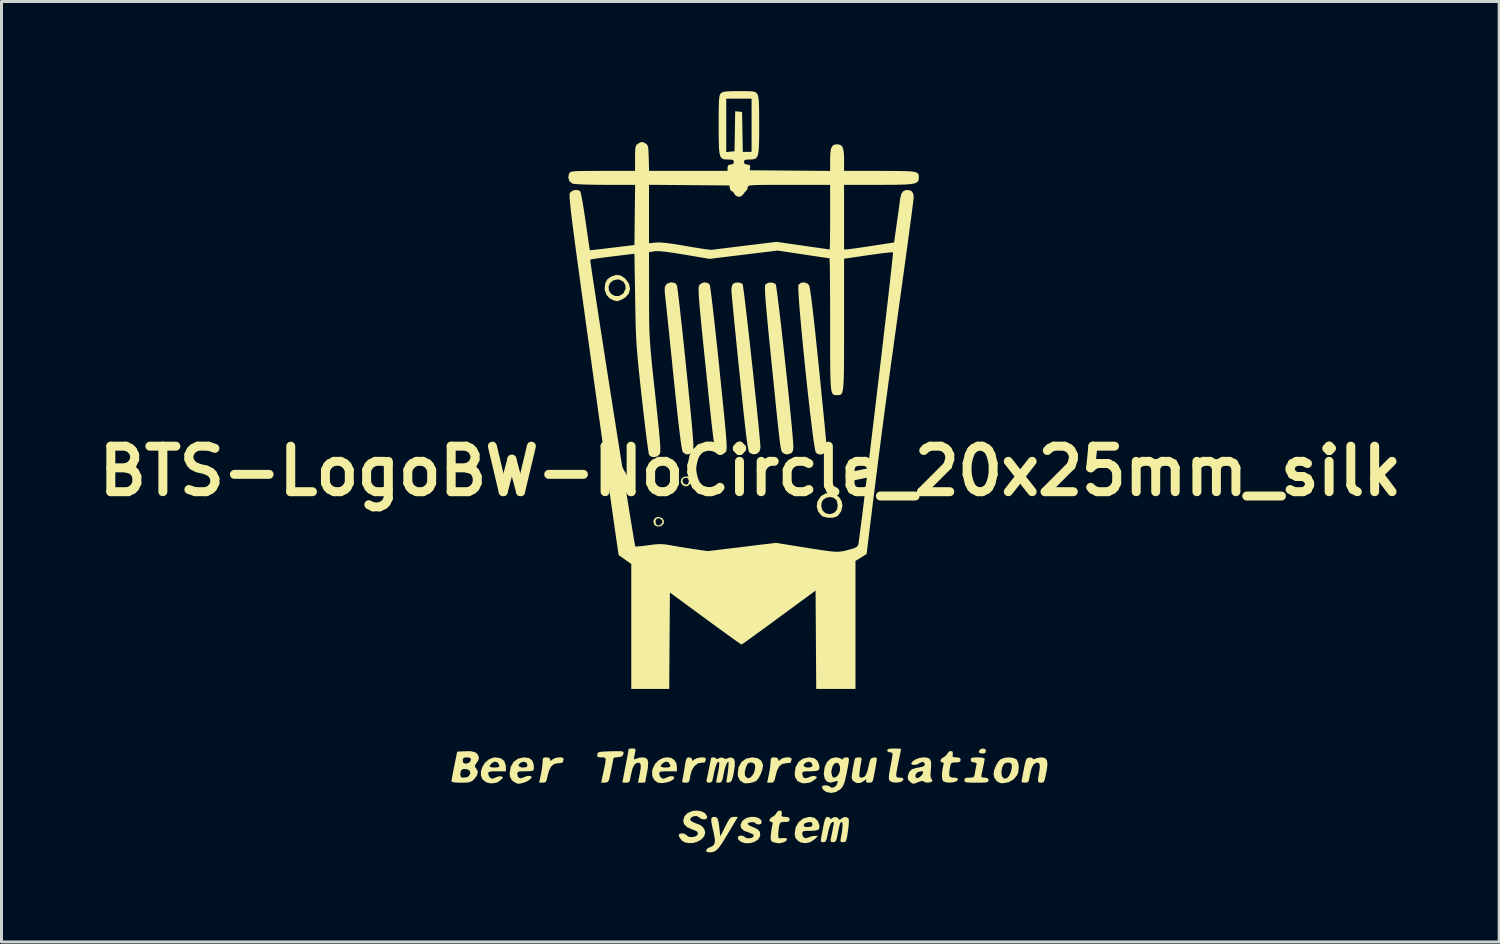
<source format=kicad_pcb>
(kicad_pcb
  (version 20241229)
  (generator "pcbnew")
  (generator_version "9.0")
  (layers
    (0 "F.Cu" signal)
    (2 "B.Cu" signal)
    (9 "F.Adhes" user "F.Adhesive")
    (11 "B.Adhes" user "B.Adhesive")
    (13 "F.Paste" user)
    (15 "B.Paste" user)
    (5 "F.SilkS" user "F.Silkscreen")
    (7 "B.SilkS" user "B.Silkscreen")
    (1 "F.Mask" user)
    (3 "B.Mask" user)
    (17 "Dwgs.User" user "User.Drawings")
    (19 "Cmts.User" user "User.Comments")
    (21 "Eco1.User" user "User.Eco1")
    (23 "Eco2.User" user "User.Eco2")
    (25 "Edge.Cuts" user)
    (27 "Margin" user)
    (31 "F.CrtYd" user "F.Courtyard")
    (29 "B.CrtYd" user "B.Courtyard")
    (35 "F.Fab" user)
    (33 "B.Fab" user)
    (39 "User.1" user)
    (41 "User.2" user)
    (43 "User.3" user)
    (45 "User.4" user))
  (footprint "BTS-LogoBW-NoCircle_20x25mm_silk"
    (layer "F.Cu")
    (at 22.069 12.721)
    (property "Reference" "BTS-LogoBW-NoCircle_20x25mm_silk" (at 0 0 0) (layer "F.SilkS") (effects (font (size 1.524 1.524) (thickness 0.3))))
    (attr board_only exclude_from_pos_files exclude_from_bom)
    (fp_poly (pts (xy 7.866 9.308) (xy 7.887 9.371) (xy 7.86 9.439) (xy 7.788 9.456) (xy 7.701 9.446) (xy 7.664 9.431) (xy 7.65 9.372) (xy 7.695 9.315) (xy 7.777 9.287) (xy 7.786 9.286)) (stroke (width 0) (type solid)) (fill yes) (layer "F.SilkS"))
    (fp_poly (pts (xy -2.112 0.177) (xy -2.034 0.214) (xy -2.001 0.31) (xy -2 0.313) (xy -2.019 0.427) (xy -2.09 0.497) (xy -2.187 0.51) (xy -2.281 0.458) (xy -2.331 0.363) (xy -2.32 0.309) (xy -2.272 0.309) (xy -2.252 0.396) (xy -2.241 0.41) (xy -2.163 0.459) (xy -2.092 0.436) (xy -2.057 0.352) (xy -2.057 0.339) (xy -2.081 0.25) (xy -2.147 0.22) (xy -2.231 0.241) (xy -2.272 0.309) (xy -2.32 0.309) (xy -2.313 0.268) (xy -2.241 0.198) (xy -2.129 0.175)) (stroke (width 0) (type solid)) (fill yes) (layer "F.SilkS"))
    (fp_poly (pts (xy -3.065 1.535) (xy -2.952 1.577) (xy -2.893 1.657) (xy -2.9 1.754) (xy -2.909 1.77) (xy -2.992 1.84) (xy -3.097 1.858) (xy -3.191 1.821) (xy -3.221 1.784) (xy -3.245 1.671) (xy -3.237 1.654) (xy -3.174 1.654) (xy -3.166 1.756) (xy -3.165 1.76) (xy -3.111 1.816) (xy -3.081 1.823) (xy -3.005 1.793) (xy -2.968 1.76) (xy -2.937 1.692) (xy -2.968 1.633) (xy -3.052 1.577) (xy -3.128 1.589) (xy -3.174 1.654) (xy -3.237 1.654) (xy -3.203 1.58) (xy -3.111 1.535)) (stroke (width 0) (type solid)) (fill yes) (layer "F.SilkS"))
    (fp_poly (pts (xy -6.265 9.605) (xy -6.25 9.65) (xy -6.273 9.726) (xy -6.276 9.748) (xy -6.313 9.768) (xy -6.406 9.778) (xy -6.43 9.778) (xy -6.566 9.804) (xy -6.668 9.887) (xy -6.742 10.036) (xy -6.785 10.199) (xy -6.816 10.332) (xy -6.848 10.402) (xy -6.896 10.428) (xy -6.952 10.431) (xy -7.071 10.431) (xy -7.014 10.166) (xy -6.983 9.996) (xy -6.962 9.833) (xy -6.956 9.742) (xy -6.949 9.638) (xy -6.917 9.593) (xy -6.84 9.583) (xy -6.827 9.583) (xy -6.73 9.6) (xy -6.7 9.653) (xy -6.7 9.653) (xy -6.694 9.7) (xy -6.661 9.687) (xy -6.622 9.653) (xy -6.54 9.608) (xy -6.435 9.584) (xy -6.335 9.583)) (stroke (width 0) (type solid)) (fill yes) (layer "F.SilkS"))
    (fp_poly (pts (xy 1.368 9.605) (xy 1.383 9.65) (xy 1.36 9.726) (xy 1.357 9.748) (xy 1.32 9.768) (xy 1.227 9.778) (xy 1.203 9.778) (xy 1.066 9.804) (xy 0.965 9.887) (xy 0.891 10.036) (xy 0.848 10.199) (xy 0.817 10.332) (xy 0.784 10.402) (xy 0.736 10.428) (xy 0.681 10.431) (xy 0.562 10.431) (xy 0.619 10.166) (xy 0.65 9.996) (xy 0.671 9.833) (xy 0.677 9.742) (xy 0.684 9.638) (xy 0.716 9.593) (xy 0.793 9.583) (xy 0.806 9.583) (xy 0.903 9.6) (xy 0.933 9.653) (xy 0.933 9.653) (xy 0.939 9.7) (xy 0.972 9.687) (xy 1.01 9.653) (xy 1.093 9.608) (xy 1.197 9.584) (xy 1.298 9.583)) (stroke (width 0) (type solid)) (fill yes) (layer "F.SilkS"))
    (fp_poly (pts (xy -1.533 9.589) (xy -1.492 9.618) (xy -1.492 9.679) (xy -1.519 9.747) (xy -1.59 9.763) (xy -1.622 9.76) (xy -1.757 9.784) (xy -1.875 9.879) (xy -1.965 10.03) (xy -2.013 10.211) (xy -2.034 10.34) (xy -2.061 10.405) (xy -2.11 10.428) (xy -2.172 10.431) (xy -2.259 10.423) (xy -2.283 10.386) (xy -2.274 10.336) (xy -2.256 10.249) (xy -2.23 10.106) (xy -2.202 9.937) (xy -2.199 9.912) (xy -2.171 9.747) (xy -2.146 9.648) (xy -2.116 9.6) (xy -2.073 9.584) (xy -2.049 9.583) (xy -1.968 9.608) (xy -1.951 9.653) (xy -1.945 9.7) (xy -1.912 9.687) (xy -1.873 9.653) (xy -1.778 9.606) (xy -1.65 9.584) (xy -1.637 9.583)) (stroke (width 0) (type solid)) (fill yes) (layer "F.SilkS"))
    (fp_poly (pts (xy -4.343 -6.55) (xy -4.196 -6.451) (xy -4.173 -6.428) (xy -4.06 -6.268) (xy -4.027 -6.101) (xy -4.07 -5.943) (xy -4.186 -5.811) (xy -4.308 -5.741) (xy -4.404 -5.704) (xy -4.458 -5.688) (xy -4.462 -5.688) (xy -4.508 -5.7) (xy -4.566 -5.712) (xy -4.707 -5.779) (xy -4.816 -5.904) (xy -4.873 -6.062) (xy -4.876 -6.115) (xy -4.869 -6.175) (xy -4.746 -6.175) (xy -4.733 -6.044) (xy -4.664 -5.937) (xy -4.537 -5.862) (xy -4.398 -5.861) (xy -4.271 -5.933) (xy -4.241 -5.967) (xy -4.177 -6.102) (xy -4.185 -6.235) (xy -4.254 -6.344) (xy -4.375 -6.408) (xy -4.45 -6.417) (xy -4.594 -6.383) (xy -4.696 -6.295) (xy -4.746 -6.175) (xy -4.869 -6.175) (xy -4.855 -6.296) (xy -4.785 -6.422) (xy -4.665 -6.509) (xy -4.494 -6.568)) (stroke (width 0) (type solid)) (fill yes) (layer "F.SilkS"))
    (fp_poly (pts (xy 4.941 9.289) (xy 5.025 9.296) (xy 5.046 9.303) (xy 5.038 9.349) (xy 5.017 9.459) (xy 4.985 9.615) (xy 4.961 9.732) (xy 4.917 9.949) (xy 4.891 10.098) (xy 4.884 10.189) (xy 4.897 10.238) (xy 4.932 10.258) (xy 4.989 10.262) (xy 5.007 10.262) (xy 5.098 10.273) (xy 5.125 10.314) (xy 5.123 10.336) (xy 5.075 10.388) (xy 4.975 10.42) (xy 4.852 10.428) (xy 4.738 10.411) (xy 4.665 10.369) (xy 4.642 10.324) (xy 4.636 10.253) (xy 4.648 10.139) (xy 4.678 9.966) (xy 4.695 9.88) (xy 4.728 9.701) (xy 4.75 9.555) (xy 4.76 9.461) (xy 4.757 9.436) (xy 4.701 9.417) (xy 4.657 9.414) (xy 4.593 9.385) (xy 4.58 9.35) (xy 4.601 9.312) (xy 4.674 9.292) (xy 4.813 9.286)) (stroke (width 0) (type solid)) (fill yes) (layer "F.SilkS"))
    (fp_poly (pts (xy 2.844 0.775) (xy 2.968 0.869) (xy 3.053 0.999) (xy 3.085 1.154) (xy 3.048 1.323) (xy 3.035 1.351) (xy 2.965 1.454) (xy 2.889 1.524) (xy 2.886 1.525) (xy 2.752 1.562) (xy 2.592 1.562) (xy 2.446 1.527) (xy 2.387 1.494) (xy 2.27 1.354) (xy 2.223 1.188) (xy 2.225 1.174) (xy 2.375 1.174) (xy 2.412 1.31) (xy 2.511 1.406) (xy 2.65 1.442) (xy 2.752 1.418) (xy 2.832 1.376) (xy 2.904 1.278) (xy 2.927 1.141) (xy 2.895 0.998) (xy 2.885 0.977) (xy 2.8 0.899) (xy 2.676 0.867) (xy 2.548 0.889) (xy 2.533 0.896) (xy 2.431 0.967) (xy 2.385 1.06) (xy 2.375 1.174) (xy 2.225 1.174) (xy 2.247 1.017) (xy 2.343 0.864) (xy 2.381 0.828) (xy 2.536 0.743) (xy 2.695 0.729)) (stroke (width 0) (type solid)) (fill yes) (layer "F.SilkS"))
    (fp_poly (pts (xy 8.804 9.601) (xy 8.91 9.652) (xy 8.919 9.661) (xy 8.97 9.768) (xy 8.987 9.918) (xy 8.971 10.075) (xy 8.936 10.173) (xy 8.817 10.319) (xy 8.647 10.415) (xy 8.454 10.451) (xy 8.365 10.443) (xy 8.254 10.385) (xy 8.172 10.273) (xy 8.142 10.147) (xy 8.159 10.046) (xy 8.408 10.046) (xy 8.411 10.17) (xy 8.438 10.24) (xy 8.5 10.296) (xy 8.564 10.288) (xy 8.623 10.25) (xy 8.682 10.17) (xy 8.73 10.045) (xy 8.756 9.912) (xy 8.749 9.812) (xy 8.749 9.811) (xy 8.692 9.764) (xy 8.599 9.757) (xy 8.51 9.789) (xy 8.484 9.813) (xy 8.434 9.914) (xy 8.408 10.046) (xy 8.159 10.046) (xy 8.166 10.004) (xy 8.228 9.848) (xy 8.31 9.714) (xy 8.377 9.649) (xy 8.504 9.599) (xy 8.658 9.583)) (stroke (width 0) (type solid)) (fill yes) (layer "F.SilkS"))
    (fp_poly (pts (xy -4.35 9.376) (xy -4.279 9.385) (xy -4.249 9.406) (xy -4.245 9.44) (xy -4.248 9.465) (xy -4.275 9.533) (xy -4.345 9.566) (xy -4.421 9.575) (xy -4.523 9.587) (xy -4.577 9.601) (xy -4.58 9.604) (xy -4.588 9.651) (xy -4.608 9.757) (xy -4.637 9.899) (xy -4.669 10.054) (xy -4.699 10.199) (xy -4.723 10.31) (xy -4.729 10.336) (xy -4.771 10.409) (xy -4.865 10.431) (xy -4.872 10.431) (xy -4.993 10.431) (xy -4.915 10.06) (xy -4.872 9.855) (xy -4.849 9.72) (xy -4.845 9.639) (xy -4.865 9.598) (xy -4.909 9.585) (xy -4.98 9.583) (xy -4.985 9.583) (xy -5.086 9.576) (xy -5.124 9.546) (xy -5.123 9.488) (xy -5.112 9.445) (xy -5.084 9.417) (xy -5.023 9.399) (xy -4.913 9.389) (xy -4.738 9.382) (xy -4.672 9.38) (xy -4.476 9.376)) (stroke (width 0) (type solid)) (fill yes) (layer "F.SilkS"))
    (fp_poly (pts (xy -0.499 11.714) (xy -0.557 11.81) (xy -0.643 11.956) (xy -0.745 12.127) (xy -0.804 12.225) (xy -0.937 12.441) (xy -1.042 12.592) (xy -1.132 12.688) (xy -1.216 12.741) (xy -1.306 12.762) (xy -1.347 12.764) (xy -1.445 12.754) (xy -1.478 12.719) (xy -1.476 12.691) (xy -1.428 12.627) (xy -1.361 12.595) (xy -1.257 12.552) (xy -1.199 12.475) (xy -1.185 12.353) (xy -1.213 12.171) (xy -1.232 12.085) (xy -1.282 11.872) (xy -1.308 11.727) (xy -1.307 11.637) (xy -1.281 11.592) (xy -1.229 11.577) (xy -1.213 11.576) (xy -1.148 11.584) (xy -1.105 11.619) (xy -1.075 11.696) (xy -1.051 11.831) (xy -1.035 11.963) (xy -1.005 12.227) (xy -0.841 11.902) (xy -0.759 11.743) (xy -0.699 11.647) (xy -0.647 11.597) (xy -0.591 11.578) (xy -0.547 11.576) (xy -0.417 11.576)) (stroke (width 0) (type solid)) (fill yes) (layer "F.SilkS"))
    (fp_poly (pts (xy 0.247 9.613) (xy 0.366 9.697) (xy 0.421 9.827) (xy 0.423 9.87) (xy 0.401 9.999) (xy 0.348 10.146) (xy 0.276 10.279) (xy 0.202 10.368) (xy 0.184 10.381) (xy 0.06 10.426) (xy -0.079 10.451) (xy -0.193 10.45) (xy -0.212 10.444) (xy -0.347 10.357) (xy -0.415 10.221) (xy -0.424 10.126) (xy -0.414 10.057) (xy -0.185 10.057) (xy -0.182 10.18) (xy -0.144 10.239) (xy -0.081 10.284) (xy -0.017 10.269) (xy 0.016 10.248) (xy 0.087 10.167) (xy 0.141 10.05) (xy 0.144 10.039) (xy 0.165 9.883) (xy 0.129 9.789) (xy 0.037 9.753) (xy 0.021 9.753) (xy -0.052 9.767) (xy -0.105 9.819) (xy -0.149 9.926) (xy -0.185 10.057) (xy -0.414 10.057) (xy -0.391 9.907) (xy -0.296 9.738) (xy -0.146 9.628) (xy 0.05 9.584) (xy 0.073 9.583)) (stroke (width 0) (type solid)) (fill yes) (layer "F.SilkS"))
    (fp_poly (pts (xy 7.763 9.592) (xy 7.836 9.618) (xy 7.844 9.636) (xy 7.833 9.715) (xy 7.803 9.868) (xy 7.753 10.098) (xy 7.738 10.166) (xy 7.734 10.234) (xy 7.78 10.259) (xy 7.844 10.262) (xy 7.937 10.275) (xy 7.971 10.324) (xy 7.972 10.347) (xy 7.966 10.386) (xy 7.937 10.411) (xy 7.87 10.425) (xy 7.749 10.43) (xy 7.569 10.431) (xy 7.382 10.43) (xy 7.264 10.424) (xy 7.199 10.41) (xy 7.172 10.384) (xy 7.166 10.347) (xy 7.181 10.29) (xy 7.24 10.266) (xy 7.331 10.262) (xy 7.432 10.258) (xy 7.484 10.231) (xy 7.51 10.158) (xy 7.525 10.066) (xy 7.548 9.935) (xy 7.57 9.835) (xy 7.577 9.811) (xy 7.565 9.766) (xy 7.489 9.753) (xy 7.403 9.735) (xy 7.378 9.671) (xy 7.378 9.668) (xy 7.388 9.619) (xy 7.432 9.594) (xy 7.53 9.584) (xy 7.612 9.583)) (stroke (width 0) (type solid)) (fill yes) (layer "F.SilkS"))
    (fp_poly (pts (xy 9.864 9.606) (xy 9.929 9.681) (xy 9.947 9.814) (xy 9.923 9.999) (xy 9.886 10.192) (xy 9.858 10.317) (xy 9.834 10.389) (xy 9.806 10.422) (xy 9.769 10.431) (xy 9.731 10.431) (xy 9.671 10.426) (xy 9.639 10.4) (xy 9.631 10.337) (xy 9.645 10.221) (xy 9.671 10.073) (xy 9.693 9.901) (xy 9.68 9.799) (xy 9.627 9.761) (xy 9.548 9.772) (xy 9.47 9.836) (xy 9.406 9.976) (xy 9.355 10.197) (xy 9.346 10.251) (xy 9.323 10.365) (xy 9.287 10.417) (xy 9.219 10.431) (xy 9.196 10.431) (xy 9.11 10.422) (xy 9.077 10.4) (xy 9.086 10.346) (xy 9.107 10.23) (xy 9.137 10.072) (xy 9.154 9.986) (xy 9.191 9.806) (xy 9.221 9.693) (xy 9.251 9.63) (xy 9.291 9.601) (xy 9.342 9.591) (xy 9.425 9.596) (xy 9.456 9.624) (xy 9.48 9.65) (xy 9.538 9.627) (xy 9.641 9.595) (xy 9.749 9.583)) (stroke (width 0) (type solid)) (fill yes) (layer "F.SilkS"))
    (fp_poly (pts (xy 0.157 11.578) (xy 0.28 11.614) (xy 0.361 11.68) (xy 0.382 11.747) (xy 0.356 11.813) (xy 0.276 11.831) (xy 0.196 11.815) (xy 0.17 11.786) (xy 0.133 11.758) (xy 0.041 11.753) (xy 0.032 11.754) (xy -0.07 11.777) (xy -0.091 11.815) (xy -0.032 11.865) (xy 0.087 11.916) (xy 0.241 11.988) (xy 0.32 12.077) (xy 0.331 12.192) (xy 0.323 12.23) (xy 0.256 12.337) (xy 0.133 12.415) (xy -0.021 12.457) (xy -0.18 12.457) (xy -0.319 12.408) (xy -0.33 12.401) (xy -0.4 12.333) (xy -0.424 12.279) (xy -0.39 12.222) (xy -0.314 12.199) (xy -0.234 12.216) (xy -0.208 12.238) (xy -0.119 12.288) (xy -0.001 12.29) (xy 0.08 12.259) (xy 0.118 12.206) (xy 0.079 12.152) (xy -0.029 12.109) (xy -0.031 12.108) (xy -0.208 12.042) (xy -0.308 11.951) (xy -0.331 11.843) (xy -0.272 11.722) (xy -0.235 11.68) (xy -0.123 11.609) (xy 0.015 11.576)) (stroke (width 0) (type solid)) (fill yes) (layer "F.SilkS"))
    (fp_poly (pts (xy 6.77 9.388) (xy 6.778 9.452) (xy 6.774 9.477) (xy 6.77 9.549) (xy 6.808 9.578) (xy 6.897 9.583) (xy 6.996 9.594) (xy 7.035 9.634) (xy 7.039 9.668) (xy 7.024 9.724) (xy 6.965 9.749) (xy 6.875 9.753) (xy 6.767 9.759) (xy 6.715 9.794) (xy 6.69 9.881) (xy 6.685 9.912) (xy 6.66 10.083) (xy 6.659 10.187) (xy 6.688 10.24) (xy 6.752 10.26) (xy 6.809 10.262) (xy 6.911 10.27) (xy 6.947 10.302) (xy 6.946 10.336) (xy 6.898 10.386) (xy 6.797 10.418) (xy 6.67 10.429) (xy 6.548 10.418) (xy 6.46 10.382) (xy 6.447 10.369) (xy 6.421 10.29) (xy 6.415 10.159) (xy 6.428 10.006) (xy 6.457 9.862) (xy 6.473 9.816) (xy 6.465 9.762) (xy 6.429 9.753) (xy 6.37 9.728) (xy 6.367 9.672) (xy 6.415 9.611) (xy 6.463 9.585) (xy 6.552 9.522) (xy 6.593 9.459) (xy 6.653 9.386) (xy 6.708 9.371)) (stroke (width 0) (type solid)) (fill yes) (layer "F.SilkS"))
    (fp_poly (pts (xy 1.908 -6.281) (xy 1.966 -6.223) (xy 1.984 -6.159) (xy 2.009 -6.016) (xy 2.041 -5.792) (xy 2.079 -5.488) (xy 2.123 -5.103) (xy 2.174 -4.635) (xy 2.232 -4.084) (xy 2.286 -3.562) (xy 2.333 -3.099) (xy 2.377 -2.658) (xy 2.418 -2.247) (xy 2.455 -1.872) (xy 2.488 -1.542) (xy 2.514 -1.266) (xy 2.534 -1.05) (xy 2.547 -0.902) (xy 2.553 -0.831) (xy 2.529 -0.688) (xy 2.46 -0.591) (xy 2.362 -0.55) (xy 2.254 -0.575) (xy 2.193 -0.626) (xy 2.174 -0.683) (xy 2.15 -0.816) (xy 2.119 -1.016) (xy 2.084 -1.274) (xy 2.046 -1.582) (xy 2.004 -1.93) (xy 1.96 -2.311) (xy 1.915 -2.715) (xy 1.87 -3.135) (xy 1.826 -3.56) (xy 1.783 -3.982) (xy 1.743 -4.393) (xy 1.706 -4.784) (xy 1.674 -5.147) (xy 1.646 -5.471) (xy 1.625 -5.75) (xy 1.611 -5.974) (xy 1.605 -6.133) (xy 1.608 -6.221) (xy 1.611 -6.233) (xy 1.69 -6.303) (xy 1.8 -6.319)) (stroke (width 0) (type solid)) (fill yes) (layer "F.SilkS"))
    (fp_poly (pts (xy 1.045 11.381) (xy 1.054 11.445) (xy 1.05 11.47) (xy 1.045 11.542) (xy 1.084 11.571) (xy 1.172 11.576) (xy 1.272 11.587) (xy 1.311 11.627) (xy 1.315 11.661) (xy 1.3 11.717) (xy 1.241 11.742) (xy 1.15 11.746) (xy 1.043 11.752) (xy 0.991 11.787) (xy 0.965 11.874) (xy 0.96 11.905) (xy 0.942 12.048) (xy 0.933 12.179) (xy 0.933 12.186) (xy 0.94 12.266) (xy 0.976 12.294) (xy 1.067 12.286) (xy 1.081 12.284) (xy 1.192 12.286) (xy 1.234 12.324) (xy 1.203 12.38) (xy 1.121 12.425) (xy 0.962 12.462) (xy 0.807 12.435) (xy 0.768 12.421) (xy 0.712 12.392) (xy 0.685 12.347) (xy 0.681 12.264) (xy 0.692 12.134) (xy 0.711 11.987) (xy 0.732 11.867) (xy 0.745 11.817) (xy 0.744 11.757) (xy 0.704 11.746) (xy 0.645 11.721) (xy 0.643 11.665) (xy 0.69 11.604) (xy 0.738 11.578) (xy 0.828 11.515) (xy 0.869 11.452) (xy 0.928 11.379) (xy 0.983 11.364)) (stroke (width 0) (type solid)) (fill yes) (layer "F.SilkS"))
    (fp_poly (pts (xy 2.157 11.612) (xy 2.261 11.717) (xy 2.302 11.824) (xy 2.317 11.932) (xy 2.287 11.998) (xy 2.202 12.032) (xy 2.047 12.043) (xy 2.01 12.043) (xy 1.863 12.045) (xy 1.782 12.055) (xy 1.747 12.083) (xy 1.739 12.134) (xy 1.739 12.15) (xy 1.77 12.25) (xy 1.849 12.292) (xy 1.954 12.262) (xy 1.956 12.261) (xy 2.059 12.224) (xy 2.15 12.212) (xy 2.267 12.212) (xy 2.158 12.322) (xy 2.008 12.422) (xy 1.839 12.458) (xy 1.676 12.428) (xy 1.601 12.383) (xy 1.511 12.282) (xy 1.484 12.152) (xy 1.484 12.141) (xy 1.519 11.924) (xy 1.566 11.841) (xy 1.789 11.841) (xy 1.796 11.892) (xy 1.857 11.913) (xy 1.926 11.916) (xy 2.029 11.907) (xy 2.072 11.871) (xy 2.078 11.828) (xy 2.064 11.768) (xy 2.006 11.75) (xy 1.94 11.754) (xy 1.827 11.787) (xy 1.789 11.841) (xy 1.566 11.841) (xy 1.617 11.75) (xy 1.767 11.631) (xy 1.96 11.578) (xy 2.006 11.576)) (stroke (width 0) (type solid)) (fill yes) (layer "F.SilkS"))
    (fp_poly (pts (xy -2.657 9.599) (xy -2.547 9.667) (xy -2.476 9.783) (xy -2.459 9.901) (xy -2.459 10.05) (xy -2.756 10.05) (xy -2.913 10.052) (xy -3.003 10.063) (xy -3.043 10.087) (xy -3.053 10.129) (xy -3.053 10.129) (xy -3.022 10.221) (xy -2.985 10.265) (xy -2.922 10.299) (xy -2.848 10.281) (xy -2.805 10.259) (xy -2.7 10.219) (xy -2.605 10.213) (xy -2.549 10.241) (xy -2.544 10.26) (xy -2.582 10.326) (xy -2.68 10.384) (xy -2.813 10.426) (xy -2.955 10.445) (xy -3.081 10.433) (xy -3.102 10.426) (xy -3.22 10.341) (xy -3.284 10.204) (xy -3.286 10.034) (xy -3.27 9.966) (xy -3.215 9.852) (xy -2.996 9.852) (xy -2.994 9.899) (xy -2.915 9.92) (xy -2.838 9.923) (xy -2.726 9.916) (xy -2.681 9.889) (xy -2.679 9.853) (xy -2.731 9.756) (xy -2.82 9.725) (xy -2.919 9.768) (xy -2.923 9.772) (xy -2.996 9.852) (xy -3.215 9.852) (xy -3.191 9.803) (xy -3.075 9.684) (xy -2.937 9.609) (xy -2.792 9.581)) (stroke (width 0) (type solid)) (fill yes) (layer "F.SilkS"))
    (fp_poly (pts (xy -7.401 9.61) (xy -7.297 9.693) (xy -7.248 9.836) (xy -7.246 9.976) (xy -7.262 10.016) (xy -7.313 10.039) (xy -7.419 10.048) (xy -7.527 10.05) (xy -7.675 10.052) (xy -7.758 10.062) (xy -7.794 10.089) (xy -7.802 10.138) (xy -7.802 10.151) (xy -7.772 10.247) (xy -7.693 10.284) (xy -7.585 10.254) (xy -7.569 10.244) (xy -7.463 10.205) (xy -7.382 10.206) (xy -7.319 10.229) (xy -7.325 10.266) (xy -7.362 10.309) (xy -7.451 10.374) (xy -7.574 10.427) (xy -7.586 10.431) (xy -7.694 10.46) (xy -7.757 10.467) (xy -7.81 10.456) (xy -7.845 10.444) (xy -7.98 10.357) (xy -8.048 10.221) (xy -8.057 10.126) (xy -8.023 9.908) (xy -7.974 9.82) (xy -7.754 9.82) (xy -7.752 9.879) (xy -7.678 9.917) (xy -7.612 9.923) (xy -7.508 9.913) (xy -7.467 9.875) (xy -7.463 9.842) (xy -7.496 9.761) (xy -7.579 9.729) (xy -7.678 9.755) (xy -7.754 9.82) (xy -7.974 9.82) (xy -7.929 9.739) (xy -7.781 9.628) (xy -7.588 9.584) (xy -7.566 9.583)) (stroke (width 0) (type solid)) (fill yes) (layer "F.SilkS"))
    (fp_poly (pts (xy -3.87 9.291) (xy -3.842 9.322) (xy -3.853 9.403) (xy -3.862 9.445) (xy -3.89 9.576) (xy -3.894 9.639) (xy -3.87 9.65) (xy -3.819 9.627) (xy -3.716 9.595) (xy -3.609 9.583) (xy -3.505 9.599) (xy -3.443 9.654) (xy -3.419 9.759) (xy -3.43 9.924) (xy -3.456 10.079) (xy -3.486 10.235) (xy -3.508 10.354) (xy -3.519 10.416) (xy -3.52 10.421) (xy -3.556 10.428) (xy -3.641 10.431) (xy -3.763 10.431) (xy -3.701 10.13) (xy -3.67 9.941) (xy -3.671 9.823) (xy -3.707 9.767) (xy -3.781 9.764) (xy -3.809 9.772) (xy -3.887 9.836) (xy -3.951 9.976) (xy -4.002 10.197) (xy -4.011 10.251) (xy -4.035 10.365) (xy -4.071 10.417) (xy -4.139 10.431) (xy -4.161 10.431) (xy -4.248 10.428) (xy -4.283 10.421) (xy -4.275 10.378) (xy -4.254 10.267) (xy -4.223 10.104) (xy -4.185 9.906) (xy -4.177 9.861) (xy -4.137 9.656) (xy -4.105 9.485) (xy -4.082 9.361) (xy -4.071 9.302) (xy -4.071 9.299) (xy -4.034 9.29) (xy -3.948 9.286)) (stroke (width 0) (type solid)) (fill yes) (layer "F.SilkS"))
    (fp_poly (pts (xy -8.35 9.615) (xy -8.237 9.708) (xy -8.186 9.855) (xy -8.184 9.901) (xy -8.184 10.05) (xy -8.481 10.05) (xy -8.637 10.052) (xy -8.727 10.063) (xy -8.768 10.087) (xy -8.778 10.129) (xy -8.778 10.129) (xy -8.747 10.221) (xy -8.71 10.265) (xy -8.647 10.299) (xy -8.574 10.281) (xy -8.528 10.256) (xy -8.421 10.218) (xy -8.335 10.219) (xy -8.286 10.243) (xy -8.294 10.277) (xy -8.355 10.339) (xy -8.438 10.404) (xy -8.499 10.432) (xy -8.499 10.432) (xy -8.576 10.442) (xy -8.629 10.453) (xy -8.726 10.45) (xy -8.843 10.416) (xy -8.848 10.413) (xy -8.963 10.324) (xy -9.018 10.199) (xy -9.019 10.054) (xy -8.973 9.904) (xy -8.94 9.852) (xy -8.72 9.852) (xy -8.719 9.899) (xy -8.639 9.92) (xy -8.562 9.923) (xy -8.451 9.916) (xy -8.405 9.889) (xy -8.403 9.853) (xy -8.455 9.756) (xy -8.544 9.725) (xy -8.644 9.768) (xy -8.648 9.772) (xy -8.72 9.852) (xy -8.94 9.852) (xy -8.886 9.767) (xy -8.764 9.658) (xy -8.614 9.594) (xy -8.52 9.583)) (stroke (width 0) (type solid)) (fill yes) (layer "F.SilkS"))
    (fp_poly (pts (xy -2.515 -6.293) (xy -2.459 -6.223) (xy -2.448 -6.165) (xy -2.429 -6.03) (xy -2.403 -5.825) (xy -2.372 -5.559) (xy -2.336 -5.237) (xy -2.295 -4.868) (xy -2.251 -4.46) (xy -2.204 -4.018) (xy -2.156 -3.552) (xy -2.144 -3.435) (xy -2.089 -2.887) (xy -2.041 -2.417) (xy -2.002 -2.02) (xy -1.97 -1.688) (xy -1.945 -1.416) (xy -1.927 -1.196) (xy -1.915 -1.024) (xy -1.908 -0.893) (xy -1.907 -0.797) (xy -1.91 -0.729) (xy -1.917 -0.683) (xy -1.928 -0.654) (xy -1.932 -0.647) (xy -2.026 -0.568) (xy -2.139 -0.557) (xy -2.24 -0.616) (xy -2.264 -0.647) (xy -2.282 -0.703) (xy -2.305 -0.827) (xy -2.333 -1.02) (xy -2.367 -1.285) (xy -2.407 -1.624) (xy -2.454 -2.04) (xy -2.506 -2.535) (xy -2.566 -3.111) (xy -2.584 -3.286) (xy -2.631 -3.747) (xy -2.676 -4.187) (xy -2.718 -4.598) (xy -2.757 -4.971) (xy -2.791 -5.3) (xy -2.82 -5.575) (xy -2.843 -5.79) (xy -2.859 -5.936) (xy -2.867 -6.004) (xy -2.863 -6.166) (xy -2.797 -6.27) (xy -2.67 -6.316) (xy -2.625 -6.318)) (stroke (width 0) (type solid)) (fill yes) (layer "F.SilkS"))
    (fp_poly (pts (xy -1.636 11.39) (xy -1.514 11.458) (xy -1.448 11.555) (xy -1.442 11.597) (xy -1.475 11.646) (xy -1.554 11.661) (xy -1.644 11.643) (xy -1.715 11.593) (xy -1.717 11.591) (xy -1.794 11.547) (xy -1.896 11.552) (xy -1.983 11.601) (xy -2.009 11.642) (xy -2.009 11.686) (xy -1.963 11.729) (xy -1.861 11.779) (xy -1.688 11.843) (xy -1.688 11.843) (xy -1.612 11.896) (xy -1.549 11.971) (xy -1.509 12.094) (xy -1.539 12.214) (xy -1.626 12.319) (xy -1.754 12.4) (xy -1.909 12.449) (xy -2.078 12.454) (xy -2.209 12.422) (xy -2.293 12.366) (xy -2.361 12.283) (xy -2.396 12.201) (xy -2.386 12.153) (xy -2.314 12.127) (xy -2.219 12.136) (xy -2.147 12.174) (xy -2.136 12.191) (xy -2.078 12.237) (xy -1.977 12.254) (xy -1.868 12.241) (xy -1.787 12.198) (xy -1.783 12.193) (xy -1.75 12.123) (xy -1.789 12.064) (xy -1.905 12.01) (xy -1.941 11.998) (xy -2.119 11.919) (xy -2.219 11.82) (xy -2.247 11.708) (xy -2.208 11.559) (xy -2.1 11.446) (xy -1.937 11.379) (xy -1.793 11.364)) (stroke (width 0) (type solid)) (fill yes) (layer "F.SilkS"))
    (fp_poly (pts (xy 2.139 9.611) (xy 2.247 9.699) (xy 2.302 9.831) (xy 2.317 9.939) (xy 2.287 10.005) (xy 2.202 10.039) (xy 2.047 10.05) (xy 2.01 10.05) (xy 1.863 10.052) (xy 1.782 10.063) (xy 1.747 10.09) (xy 1.739 10.141) (xy 1.739 10.151) (xy 1.769 10.247) (xy 1.848 10.284) (xy 1.956 10.254) (xy 1.975 10.242) (xy 2.102 10.2) (xy 2.166 10.212) (xy 2.224 10.238) (xy 2.225 10.267) (xy 2.165 10.32) (xy 2.141 10.339) (xy 2.047 10.402) (xy 1.975 10.431) (xy 1.97 10.431) (xy 1.878 10.443) (xy 1.859 10.448) (xy 1.772 10.452) (xy 1.717 10.443) (xy 1.577 10.373) (xy 1.5 10.247) (xy 1.484 10.126) (xy 1.517 9.908) (xy 1.567 9.82) (xy 1.787 9.82) (xy 1.789 9.879) (xy 1.863 9.917) (xy 1.929 9.923) (xy 2.032 9.913) (xy 2.074 9.875) (xy 2.078 9.842) (xy 2.045 9.761) (xy 1.962 9.729) (xy 1.863 9.755) (xy 1.787 9.82) (xy 1.567 9.82) (xy 1.612 9.739) (xy 1.76 9.628) (xy 1.953 9.584) (xy 1.975 9.583)) (stroke (width 0) (type solid)) (fill yes) (layer "F.SilkS"))
    (fp_poly (pts (xy 3.706 9.591) (xy 3.727 9.632) (xy 3.713 9.721) (xy 3.69 9.851) (xy 3.666 10.01) (xy 3.66 10.06) (xy 3.648 10.182) (xy 3.658 10.242) (xy 3.695 10.261) (xy 3.72 10.262) (xy 3.803 10.243) (xy 3.866 10.177) (xy 3.917 10.051) (xy 3.959 9.874) (xy 3.993 9.727) (xy 4.025 9.644) (xy 4.067 9.605) (xy 4.127 9.591) (xy 4.182 9.584) (xy 4.216 9.589) (xy 4.231 9.62) (xy 4.229 9.69) (xy 4.21 9.813) (xy 4.176 10.005) (xy 4.17 10.037) (xy 4.136 10.22) (xy 4.11 10.335) (xy 4.082 10.399) (xy 4.046 10.425) (xy 3.994 10.431) (xy 3.975 10.431) (xy 3.889 10.422) (xy 3.87 10.385) (xy 3.877 10.36) (xy 3.891 10.312) (xy 3.864 10.324) (xy 3.829 10.355) (xy 3.689 10.44) (xy 3.559 10.442) (xy 3.474 10.395) (xy 3.425 10.352) (xy 3.399 10.306) (xy 3.393 10.238) (xy 3.406 10.125) (xy 3.43 9.981) (xy 3.458 9.82) (xy 3.484 9.693) (xy 3.502 9.621) (xy 3.505 9.615) (xy 3.558 9.591) (xy 3.633 9.583)) (stroke (width 0) (type solid)) (fill yes) (layer "F.SilkS"))
    (fp_poly (pts (xy -0.278 -6.277) (xy -0.258 -6.259) (xy -0.248 -6.211) (xy -0.23 -6.087) (xy -0.205 -5.896) (xy -0.174 -5.646) (xy -0.139 -5.347) (xy -0.099 -5.006) (xy -0.057 -4.633) (xy -0.012 -4.237) (xy 0.033 -3.825) (xy 0.079 -3.406) (xy 0.123 -2.99) (xy 0.166 -2.585) (xy 0.207 -2.199) (xy 0.243 -1.841) (xy 0.276 -1.52) (xy 0.302 -1.244) (xy 0.322 -1.022) (xy 0.335 -0.863) (xy 0.339 -0.777) (xy 0.305 -0.654) (xy 0.217 -0.577) (xy 0.1 -0.559) (xy -0.018 -0.607) (xy -0.034 -0.627) (xy -0.051 -0.666) (xy -0.068 -0.73) (xy -0.086 -0.825) (xy -0.107 -0.957) (xy -0.131 -1.133) (xy -0.158 -1.358) (xy -0.19 -1.638) (xy -0.228 -1.981) (xy -0.271 -2.39) (xy -0.321 -2.874) (xy -0.364 -3.289) (xy -0.412 -3.756) (xy -0.457 -4.202) (xy -0.499 -4.618) (xy -0.537 -4.997) (xy -0.569 -5.331) (xy -0.596 -5.612) (xy -0.617 -5.833) (xy -0.63 -5.985) (xy -0.635 -6.062) (xy -0.635 -6.066) (xy -0.622 -6.181) (xy -0.589 -6.262) (xy -0.585 -6.267) (xy -0.494 -6.31) (xy -0.377 -6.313)) (stroke (width 0) (type solid)) (fill yes) (layer "F.SilkS"))
    (fp_poly (pts (xy -9.24 9.401) (xy -9.152 9.455) (xy -9.108 9.522) (xy -9.084 9.606) (xy -9.107 9.685) (xy -9.154 9.755) (xy -9.212 9.843) (xy -9.22 9.897) (xy -9.182 9.948) (xy -9.122 10.057) (xy -9.145 10.181) (xy -9.241 10.307) (xy -9.311 10.371) (xy -9.381 10.408) (xy -9.475 10.426) (xy -9.619 10.431) (xy -9.686 10.431) (xy -9.865 10.427) (xy -9.968 10.411) (xy -10.005 10.383) (xy -10.005 10.378) (xy -9.996 10.317) (xy -9.974 10.192) (xy -9.962 10.133) (xy -9.711 10.133) (xy -9.7 10.224) (xy -9.652 10.258) (xy -9.592 10.262) (xy -9.486 10.245) (xy -9.422 10.211) (xy -9.373 10.117) (xy -9.396 10.032) (xy -9.477 9.982) (xy -9.61 9.972) (xy -9.687 10.023) (xy -9.711 10.133) (xy -9.962 10.133) (xy -9.941 10.023) (xy -9.908 9.859) (xy -9.874 9.689) (xy -9.626 9.689) (xy -9.608 9.77) (xy -9.539 9.795) (xy -9.521 9.795) (xy -9.422 9.765) (xy -9.374 9.716) (xy -9.351 9.637) (xy -9.394 9.595) (xy -9.506 9.583) (xy -9.593 9.596) (xy -9.624 9.651) (xy -9.626 9.689) (xy -9.874 9.689) (xy -9.813 9.392) (xy -9.584 9.379) (xy -9.379 9.377)) (stroke (width 0) (type solid)) (fill yes) (layer "F.SilkS"))
    (fp_poly (pts (xy 0.824 -6.276) (xy 0.849 -6.253) (xy 0.862 -6.203) (xy 0.881 -6.076) (xy 0.907 -5.883) (xy 0.939 -5.631) (xy 0.976 -5.33) (xy 1.016 -4.989) (xy 1.059 -4.615) (xy 1.103 -4.217) (xy 1.149 -3.805) (xy 1.194 -3.388) (xy 1.238 -2.972) (xy 1.281 -2.569) (xy 1.32 -2.185) (xy 1.355 -1.831) (xy 1.386 -1.514) (xy 1.41 -1.243) (xy 1.428 -1.028) (xy 1.438 -0.876) (xy 1.441 -0.818) (xy 1.429 -0.687) (xy 1.387 -0.614) (xy 1.36 -0.595) (xy 1.225 -0.554) (xy 1.115 -0.591) (xy 1.089 -0.613) (xy 1.073 -0.629) (xy 1.059 -0.646) (xy 1.046 -0.672) (xy 1.033 -0.711) (xy 1.02 -0.77) (xy 1.006 -0.856) (xy 0.989 -0.973) (xy 0.97 -1.128) (xy 0.947 -1.327) (xy 0.92 -1.577) (xy 0.888 -1.882) (xy 0.85 -2.25) (xy 0.806 -2.687) (xy 0.754 -3.197) (xy 0.716 -3.57) (xy 0.661 -4.118) (xy 0.614 -4.588) (xy 0.576 -4.986) (xy 0.545 -5.317) (xy 0.521 -5.586) (xy 0.504 -5.801) (xy 0.494 -5.966) (xy 0.489 -6.088) (xy 0.49 -6.172) (xy 0.496 -6.225) (xy 0.506 -6.251) (xy 0.506 -6.252) (xy 0.598 -6.305) (xy 0.719 -6.314)) (stroke (width 0) (type solid)) (fill yes) (layer "F.SilkS"))
    (fp_poly (pts (xy -1.411 -6.291) (xy -1.359 -6.237) (xy -1.347 -6.182) (xy -1.328 -6.05) (xy -1.302 -5.848) (xy -1.27 -5.583) (xy -1.233 -5.263) (xy -1.191 -4.896) (xy -1.147 -4.488) (xy -1.099 -4.047) (xy -1.051 -3.58) (xy -1.036 -3.436) (xy -0.98 -2.889) (xy -0.932 -2.42) (xy -0.892 -2.024) (xy -0.859 -1.693) (xy -0.834 -1.421) (xy -0.815 -1.202) (xy -0.802 -1.031) (xy -0.794 -0.9) (xy -0.792 -0.803) (xy -0.795 -0.735) (xy -0.801 -0.689) (xy -0.812 -0.659) (xy -0.826 -0.638) (xy -0.83 -0.633) (xy -0.938 -0.56) (xy -1.057 -0.571) (xy -1.125 -0.61) (xy -1.142 -0.629) (xy -1.158 -0.663) (xy -1.175 -0.718) (xy -1.192 -0.801) (xy -1.212 -0.917) (xy -1.234 -1.073) (xy -1.259 -1.275) (xy -1.289 -1.529) (xy -1.324 -1.841) (xy -1.364 -2.216) (xy -1.411 -2.662) (xy -1.465 -3.183) (xy -1.487 -3.398) (xy -1.544 -3.953) (xy -1.593 -4.429) (xy -1.633 -4.833) (xy -1.666 -5.171) (xy -1.692 -5.448) (xy -1.711 -5.672) (xy -1.723 -5.848) (xy -1.73 -5.982) (xy -1.732 -6.081) (xy -1.729 -6.15) (xy -1.722 -6.195) (xy -1.711 -6.223) (xy -1.711 -6.223) (xy -1.626 -6.296) (xy -1.515 -6.32)) (stroke (width 0) (type solid)) (fill yes) (layer "F.SilkS"))
    (fp_poly (pts (xy 5.926 9.595) (xy 6.01 9.639) (xy 6.049 9.729) (xy 6.053 9.88) (xy 6.044 9.992) (xy 6.031 10.162) (xy 6.039 10.263) (xy 6.065 10.305) (xy 6.095 10.36) (xy 6.088 10.384) (xy 6.029 10.419) (xy 5.935 10.43) (xy 5.846 10.419) (xy 5.802 10.387) (xy 5.754 10.37) (xy 5.645 10.402) (xy 5.63 10.408) (xy 5.52 10.453) (xy 5.457 10.467) (xy 5.408 10.449) (xy 5.343 10.397) (xy 5.342 10.397) (xy 5.277 10.322) (xy 5.27 10.239) (xy 5.527 10.239) (xy 5.528 10.242) (xy 5.576 10.279) (xy 5.651 10.258) (xy 5.73 10.19) (xy 5.767 10.134) (xy 5.789 10.071) (xy 5.748 10.051) (xy 5.71 10.05) (xy 5.602 10.078) (xy 5.534 10.149) (xy 5.527 10.239) (xy 5.27 10.239) (xy 5.269 10.228) (xy 5.277 10.188) (xy 5.326 10.059) (xy 5.417 9.978) (xy 5.567 9.933) (xy 5.633 9.924) (xy 5.773 9.895) (xy 5.838 9.848) (xy 5.843 9.832) (xy 5.825 9.763) (xy 5.762 9.736) (xy 5.683 9.761) (xy 5.665 9.776) (xy 5.593 9.817) (xy 5.5 9.836) (xy 5.42 9.831) (xy 5.385 9.798) (xy 5.385 9.798) (xy 5.423 9.726) (xy 5.519 9.657) (xy 5.648 9.605) (xy 5.783 9.583) (xy 5.789 9.583)) (stroke (width 0) (type solid)) (fill yes) (layer "F.SilkS"))
    (fp_poly (pts (xy 3.254 9.586) (xy 3.287 9.603) (xy 3.3 9.648) (xy 3.295 9.734) (xy 3.271 9.874) (xy 3.23 10.082) (xy 3.223 10.119) (xy 3.179 10.321) (xy 3.139 10.46) (xy 3.095 10.554) (xy 3.039 10.626) (xy 3.01 10.654) (xy 2.862 10.744) (xy 2.699 10.774) (xy 2.545 10.743) (xy 2.458 10.684) (xy 2.404 10.61) (xy 2.397 10.557) (xy 2.458 10.524) (xy 2.553 10.519) (xy 2.633 10.542) (xy 2.65 10.559) (xy 2.717 10.599) (xy 2.805 10.586) (xy 2.877 10.527) (xy 2.882 10.519) (xy 2.924 10.415) (xy 2.912 10.37) (xy 2.845 10.387) (xy 2.844 10.387) (xy 2.695 10.432) (xy 2.574 10.4) (xy 2.491 10.301) (xy 2.459 10.142) (xy 2.459 10.134) (xy 2.465 10.087) (xy 2.714 10.087) (xy 2.737 10.212) (xy 2.796 10.264) (xy 2.876 10.24) (xy 2.949 10.159) (xy 2.997 10.04) (xy 3.004 9.917) (xy 2.974 9.815) (xy 2.909 9.763) (xy 2.902 9.762) (xy 2.819 9.788) (xy 2.754 9.88) (xy 2.718 10.019) (xy 2.714 10.087) (xy 2.465 10.087) (xy 2.487 9.915) (xy 2.565 9.742) (xy 2.685 9.628) (xy 2.839 9.584) (xy 2.854 9.583) (xy 2.966 9.598) (xy 3.043 9.633) (xy 3.045 9.634) (xy 3.087 9.664) (xy 3.095 9.634) (xy 3.132 9.596) (xy 3.202 9.583)) (stroke (width 0) (type solid)) (fill yes) (layer "F.SilkS"))
    (fp_poly (pts (xy -1.161 9.601) (xy -1.145 9.626) (xy -1.116 9.641) (xy -1.06 9.616) (xy -0.97 9.585) (xy -0.896 9.612) (xy -0.809 9.638) (xy -0.774 9.619) (xy -0.701 9.591) (xy -0.63 9.59) (xy -0.558 9.626) (xy -0.521 9.713) (xy -0.519 9.859) (xy -0.55 10.074) (xy -0.562 10.135) (xy -0.597 10.286) (xy -0.631 10.372) (xy -0.674 10.412) (xy -0.718 10.425) (xy -0.784 10.427) (xy -0.803 10.391) (xy -0.788 10.297) (xy -0.766 10.171) (xy -0.745 10.008) (xy -0.737 9.923) (xy -0.727 9.793) (xy -0.73 9.735) (xy -0.75 9.736) (xy -0.778 9.767) (xy -0.818 9.848) (xy -0.86 9.982) (xy -0.894 10.138) (xy -0.924 10.293) (xy -0.953 10.381) (xy -0.988 10.421) (xy -1.039 10.431) (xy -1.046 10.431) (xy -1.122 10.425) (xy -1.145 10.413) (xy -1.137 10.365) (xy -1.115 10.257) (xy -1.085 10.11) (xy -1.081 10.091) (xy -1.053 9.937) (xy -1.04 9.814) (xy -1.043 9.747) (xy -1.044 9.745) (xy -1.081 9.732) (xy -1.125 9.795) (xy -1.172 9.925) (xy -1.219 10.113) (xy -1.249 10.272) (xy -1.276 10.379) (xy -1.322 10.424) (xy -1.381 10.431) (xy -1.456 10.418) (xy -1.469 10.364) (xy -1.464 10.336) (xy -1.442 10.238) (xy -1.413 10.1) (xy -1.381 9.944) (xy -1.351 9.795) (xy -1.327 9.675) (xy -1.315 9.608) (xy -1.315 9.602) (xy -1.279 9.587) (xy -1.23 9.583)) (stroke (width 0) (type solid)) (fill yes) (layer "F.SilkS"))
    (fp_poly (pts (xy 2.657 11.598) (xy 2.671 11.627) (xy 2.684 11.657) (xy 2.722 11.627) (xy 2.808 11.582) (xy 2.898 11.588) (xy 2.953 11.639) (xy 2.979 11.68) (xy 3.023 11.655) (xy 3.039 11.639) (xy 3.132 11.585) (xy 3.227 11.585) (xy 3.291 11.637) (xy 3.294 11.644) (xy 3.3 11.716) (xy 3.293 11.846) (xy 3.275 12.012) (xy 3.267 12.068) (xy 3.24 12.241) (xy 3.216 12.347) (xy 3.189 12.401) (xy 3.15 12.422) (xy 3.107 12.424) (xy 3.036 12.416) (xy 3.015 12.375) (xy 3.029 12.287) (xy 3.066 12.079) (xy 3.085 11.911) (xy 3.086 11.795) (xy 3.066 11.747) (xy 3.062 11.746) (xy 3.032 11.756) (xy 3.007 11.794) (xy 2.981 11.877) (xy 2.95 12.019) (xy 2.923 12.159) (xy 2.892 12.305) (xy 2.862 12.384) (xy 2.822 12.418) (xy 2.771 12.424) (xy 2.697 12.41) (xy 2.686 12.351) (xy 2.69 12.329) (xy 2.719 12.189) (xy 2.748 12.039) (xy 2.775 11.901) (xy 2.793 11.801) (xy 2.799 11.765) (xy 2.766 11.746) (xy 2.755 11.746) (xy 2.704 11.785) (xy 2.653 11.902) (xy 2.601 12.102) (xy 2.586 12.181) (xy 2.554 12.319) (xy 2.522 12.393) (xy 2.478 12.421) (xy 2.441 12.424) (xy 2.383 12.419) (xy 2.36 12.387) (xy 2.365 12.309) (xy 2.38 12.223) (xy 2.426 11.977) (xy 2.462 11.802) (xy 2.491 11.687) (xy 2.518 11.619) (xy 2.547 11.586) (xy 2.581 11.577) (xy 2.59 11.576)) (stroke (width 0) (type solid)) (fill yes) (layer "F.SilkS"))
    (fp_poly (pts (xy -0.148 -12.72) (xy 0.006 -12.716) (xy 0.105 -12.706) (xy 0.167 -12.687) (xy 0.206 -12.658) (xy 0.231 -12.627) (xy 0.253 -12.583) (xy 0.269 -12.515) (xy 0.282 -12.413) (xy 0.29 -12.264) (xy 0.294 -12.06) (xy 0.296 -11.788) (xy 0.297 -11.576) (xy 0.296 -11.235) (xy 0.292 -10.97) (xy 0.282 -10.77) (xy 0.264 -10.627) (xy 0.234 -10.531) (xy 0.19 -10.473) (xy 0.13 -10.444) (xy 0.051 -10.433) (xy -0.024 -10.431) (xy -0.142 -10.426) (xy -0.198 -10.402) (xy -0.212 -10.351) (xy -0.212 -10.347) (xy -0.188 -10.281) (xy -0.104 -10.262) (xy -0.103 -10.262) (xy -0.024 -10.248) (xy -0.005 -10.191) (xy -0.008 -10.166) (xy -0.021 -10.071) (xy 1.325 -10.06) (xy 2.671 -10.049) (xy 2.671 -10.428) (xy 2.678 -10.65) (xy 2.703 -10.799) (xy 2.751 -10.89) (xy 2.827 -10.932) (xy 2.905 -10.94) (xy 3.006 -10.925) (xy 3.074 -10.871) (xy 3.115 -10.766) (xy 3.134 -10.597) (xy 3.138 -10.428) (xy 3.138 -10.05) (xy 4.338 -10.05) (xy 4.704 -10.049) (xy 4.994 -10.047) (xy 5.217 -10.042) (xy 5.382 -10.033) (xy 5.497 -10.017) (xy 5.571 -9.994) (xy 5.614 -9.961) (xy 5.634 -9.919) (xy 5.639 -9.864) (xy 5.64 -9.832) (xy 5.636 -9.763) (xy 5.618 -9.708) (xy 5.578 -9.665) (xy 5.508 -9.634) (xy 5.397 -9.612) (xy 5.239 -9.597) (xy 5.023 -9.589) (xy 4.743 -9.584) (xy 4.387 -9.583) (xy 4.295 -9.583) (xy 3.138 -9.583) (xy 3.138 -7.421) (xy 3.233 -7.423) (xy 3.305 -7.43) (xy 3.445 -7.448) (xy 3.638 -7.475) (xy 3.867 -7.509) (xy 4.071 -7.54) (xy 4.813 -7.654) (xy 4.905 -8.31) (xy 4.939 -8.55) (xy 4.97 -8.773) (xy 4.995 -8.959) (xy 5.012 -9.09) (xy 5.016 -9.126) (xy 5.057 -9.291) (xy 5.135 -9.385) (xy 5.255 -9.414) (xy 5.383 -9.386) (xy 5.453 -9.298) (xy 5.47 -9.18) (xy 5.464 -9.119) (xy 5.448 -8.98) (xy 5.421 -8.77) (xy 5.385 -8.494) (xy 5.34 -8.16) (xy 5.288 -7.771) (xy 5.229 -7.336) (xy 5.164 -6.861) (xy 5.094 -6.35) (xy 5.019 -5.812) (xy 4.941 -5.251) (xy 4.939 -5.234) (xy 4.83 -4.448) (xy 4.731 -3.732) (xy 4.64 -3.072) (xy 4.557 -2.455) (xy 4.478 -1.868) (xy 4.403 -1.296) (xy 4.329 -0.726) (xy 4.254 -0.144) (xy 4.178 0.463) (xy 4.097 1.109) (xy 4.011 1.809) (xy 3.939 2.396) (xy 3.892 2.777) (xy 3.706 2.892) (xy 3.52 3.007) (xy 3.52 7.293) (xy 2.206 7.293) (xy 2.195 5.647) (xy 2.184 4) (xy 0.954 4.903) (xy 0.671 5.111) (xy 0.41 5.302) (xy 0.178 5.47) (xy -0.016 5.611) (xy -0.165 5.718) (xy -0.262 5.785) (xy -0.297 5.807) (xy -0.335 5.783) (xy -0.433 5.715) (xy -0.584 5.607) (xy -0.779 5.467) (xy -1.011 5.298) (xy -1.271 5.109) (xy -1.505 4.937) (xy -2.693 4.066) (xy -2.715 7.293) (xy -3.986 7.293) (xy -3.986 3.11) (xy -4.187 2.968) (xy -4.299 2.889) (xy -4.379 2.832) (xy -4.406 2.813) (xy -4.414 2.77) (xy -4.433 2.648) (xy -4.462 2.451) (xy -4.501 2.184) (xy -4.549 1.853) (xy -4.605 1.46) (xy -4.668 1.013) (xy -4.739 0.514) (xy -4.816 -0.031) (xy -4.899 -0.618) (xy -4.986 -1.242) (xy -5.078 -1.897) (xy -5.173 -2.581) (xy -5.261 -3.212) (xy -5.378 -4.048) (xy -5.483 -4.803) (xy -5.577 -5.483) (xy -5.661 -6.091) (xy -5.735 -6.631) (xy -5.796 -7.079) (xy -5.36 -7.079) (xy -5.356 -7.035) (xy -5.339 -6.915) (xy -5.312 -6.723) (xy -5.274 -6.467) (xy -5.226 -6.153) (xy -5.17 -5.787) (xy -5.107 -5.375) (xy -5.038 -4.925) (xy -4.963 -4.443) (xy -4.884 -3.934) (xy -4.802 -3.406) (xy -4.717 -2.864) (xy -4.631 -2.316) (xy -4.545 -1.767) (xy -4.459 -1.224) (xy -4.375 -0.693) (xy -4.294 -0.181) (xy -4.217 0.305) (xy -4.144 0.76) (xy -4.077 1.177) (xy -4.017 1.55) (xy -3.964 1.871) (xy -3.921 2.136) (xy -3.887 2.337) (xy -3.864 2.468) (xy -3.852 2.522) (xy -3.852 2.523) (xy -3.805 2.525) (xy -3.693 2.516) (xy -3.535 2.498) (xy -3.412 2.481) (xy -3.193 2.454) (xy -3.026 2.444) (xy -2.88 2.45) (xy -2.724 2.473) (xy -2.693 2.479) (xy -2.523 2.51) (xy -2.302 2.547) (xy -2.064 2.584) (xy -1.91 2.608) (xy -1.424 2.679) (xy -0.286 2.541) (xy 0.853 2.402) (xy 1.794 2.552) (xy 2.129 2.606) (xy 2.392 2.646) (xy 2.597 2.675) (xy 2.755 2.693) (xy 2.879 2.7) (xy 2.982 2.697) (xy 3.076 2.685) (xy 3.172 2.665) (xy 3.285 2.636) (xy 3.286 2.636) (xy 3.448 2.59) (xy 3.545 2.548) (xy 3.596 2.499) (xy 3.614 2.457) (xy 3.625 2.398) (xy 3.644 2.262) (xy 3.671 2.056) (xy 3.706 1.786) (xy 3.747 1.459) (xy 3.794 1.081) (xy 3.846 0.659) (xy 3.902 0.198) (xy 3.962 -0.294) (xy 4.024 -0.812) (xy 4.088 -1.349) (xy 4.154 -1.898) (xy 4.22 -2.454) (xy 4.286 -3.009) (xy 4.351 -3.558) (xy 4.414 -4.093) (xy 4.474 -4.609) (xy 4.532 -5.1) (xy 4.585 -5.558) (xy 4.633 -5.977) (xy 4.675 -6.351) (xy 4.711 -6.674) (xy 4.74 -6.939) (xy 4.761 -7.139) (xy 4.774 -7.269) (xy 4.777 -7.322) (xy 4.777 -7.323) (xy 4.729 -7.324) (xy 4.611 -7.314) (xy 4.436 -7.295) (xy 4.217 -7.266) (xy 3.967 -7.231) (xy 3.945 -7.228) (xy 3.138 -7.109) (xy 3.138 -4.893) (xy 3.138 -4.388) (xy 3.137 -3.961) (xy 3.136 -3.605) (xy 3.133 -3.314) (xy 3.127 -3.082) (xy 3.118 -2.902) (xy 3.106 -2.768) (xy 3.089 -2.672) (xy 3.067 -2.608) (xy 3.04 -2.57) (xy 3.006 -2.551) (xy 2.965 -2.545) (xy 2.917 -2.544) (xy 2.905 -2.544) (xy 2.855 -2.544) (xy 2.812 -2.549) (xy 2.777 -2.564) (xy 2.748 -2.597) (xy 2.725 -2.654) (xy 2.707 -2.742) (xy 2.694 -2.867) (xy 2.684 -3.036) (xy 2.678 -3.256) (xy 2.674 -3.532) (xy 2.672 -3.872) (xy 2.671 -4.281) (xy 2.671 -4.768) (xy 2.671 -4.901) (xy 2.671 -5.326) (xy 2.67 -5.725) (xy 2.668 -6.089) (xy 2.666 -6.41) (xy 2.663 -6.682) (xy 2.66 -6.895) (xy 2.656 -7.043) (xy 2.652 -7.117) (xy 2.65 -7.124) (xy 2.604 -7.13) (xy 2.486 -7.147) (xy 2.31 -7.173) (xy 2.089 -7.206) (xy 1.835 -7.244) (xy 1.77 -7.254) (xy 0.912 -7.383) (xy -1.363 -7.105) (xy -2.202 -7.246) (xy -2.553 -7.303) (xy -2.828 -7.341) (xy -3.032 -7.361) (xy -3.172 -7.363) (xy -3.216 -7.358) (xy -3.392 -7.328) (xy -3.39 -5.88) (xy -3.39 -5.534) (xy -3.388 -5.239) (xy -3.385 -4.982) (xy -3.38 -4.751) (xy -3.371 -4.532) (xy -3.358 -4.313) (xy -3.341 -4.08) (xy -3.317 -3.821) (xy -3.288 -3.522) (xy -3.251 -3.17) (xy -3.206 -2.753) (xy -3.183 -2.544) (xy -3.134 -2.09) (xy -3.095 -1.712) (xy -3.063 -1.404) (xy -3.04 -1.157) (xy -3.024 -0.965) (xy -3.015 -0.82) (xy -3.013 -0.715) (xy -3.016 -0.642) (xy -3.025 -0.593) (xy -3.038 -0.562) (xy -3.038 -0.562) (xy -3.123 -0.489) (xy -3.234 -0.465) (xy -3.337 -0.492) (xy -3.389 -0.545) (xy -3.403 -0.603) (xy -3.424 -0.736) (xy -3.452 -0.935) (xy -3.485 -1.191) (xy -3.523 -1.496) (xy -3.564 -1.839) (xy -3.606 -2.211) (xy -3.632 -2.443) (xy -3.682 -2.896) (xy -3.723 -3.278) (xy -3.756 -3.606) (xy -3.782 -3.893) (xy -3.803 -4.154) (xy -3.819 -4.403) (xy -3.831 -4.655) (xy -3.84 -4.925) (xy -3.847 -5.226) (xy -3.853 -5.574) (xy -3.856 -5.769) (xy -3.88 -7.276) (xy -4.609 -7.188) (xy -4.848 -7.158) (xy -5.057 -7.13) (xy -5.221 -7.106) (xy -5.327 -7.088) (xy -5.36 -7.079) (xy -5.796 -7.079) (xy -5.8 -7.107) (xy -5.856 -7.523) (xy -5.904 -7.884) (xy -5.944 -8.192) (xy -5.977 -8.454) (xy -6.003 -8.671) (xy -6.023 -8.849) (xy -6.037 -8.992) (xy -6.046 -9.102) (xy -6.051 -9.186) (xy -6.051 -9.246) (xy -6.048 -9.286) (xy -6.042 -9.311) (xy -6.038 -9.318) (xy -5.953 -9.388) (xy -5.84 -9.415) (xy -5.734 -9.394) (xy -5.693 -9.361) (xy -5.675 -9.305) (xy -5.648 -9.178) (xy -5.614 -8.992) (xy -5.576 -8.76) (xy -5.535 -8.495) (xy -5.514 -8.354) (xy -5.475 -8.08) (xy -5.44 -7.837) (xy -5.41 -7.636) (xy -5.388 -7.489) (xy -5.374 -7.407) (xy -5.371 -7.394) (xy -5.329 -7.397) (xy -5.216 -7.409) (xy -5.046 -7.428) (xy -4.833 -7.454) (xy -4.622 -7.479) (xy -3.88 -7.569) (xy -3.869 -8.576) (xy -3.857 -9.583) (xy -4.852 -9.583) (xy -5.053 -9.584) (xy -3.392 -9.584) (xy -3.392 -7.627) (xy -3.17 -7.651) (xy -3.037 -7.655) (xy -2.849 -7.641) (xy -2.6 -7.609) (xy -2.279 -7.557) (xy -2.163 -7.536) (xy -1.91 -7.493) (xy -1.682 -7.456) (xy -1.493 -7.428) (xy -1.358 -7.412) (xy -1.293 -7.408) (xy -1.229 -7.416) (xy -1.093 -7.433) (xy -0.898 -7.457) (xy -0.656 -7.487) (xy -0.381 -7.521) (xy -0.165 -7.548) (xy 0.879 -7.675) (xy 1.759 -7.548) (xy 2.022 -7.51) (xy 2.255 -7.477) (xy 2.446 -7.45) (xy 2.581 -7.43) (xy 2.65 -7.421) (xy 2.655 -7.421) (xy 2.66 -7.461) (xy 2.664 -7.575) (xy 2.667 -7.752) (xy 2.669 -7.979) (xy 2.671 -8.247) (xy 2.671 -8.502) (xy 2.671 -9.583) (xy 1.293 -9.583) (xy 0.915 -9.583) (xy 0.614 -9.582) (xy 0.38 -9.58) (xy 0.205 -9.577) (xy 0.08 -9.571) (xy -0.002 -9.562) (xy -0.051 -9.55) (xy -0.076 -9.534) (xy -0.084 -9.514) (xy -0.085 -9.501) (xy -0.109 -9.415) (xy -0.138 -9.384) (xy -0.201 -9.321) (xy -0.238 -9.265) (xy -0.317 -9.194) (xy -0.417 -9.185) (xy -0.504 -9.236) (xy -0.53 -9.276) (xy -0.58 -9.349) (xy -0.622 -9.371) (xy -0.667 -9.407) (xy -0.686 -9.467) (xy -0.7 -9.562) (xy -2.046 -9.573) (xy -3.392 -9.584) (xy -5.053 -9.584) (xy -5.14 -9.585) (xy -5.404 -9.59) (xy -5.632 -9.597) (xy -5.809 -9.607) (xy -5.923 -9.618) (xy -5.954 -9.624) (xy -6.052 -9.701) (xy -6.094 -9.82) (xy -6.072 -9.95) (xy -6.066 -9.961) (xy -6.049 -9.988) (xy -6.023 -10.009) (xy -5.978 -10.025) (xy -5.904 -10.036) (xy -5.791 -10.043) (xy -5.629 -10.047) (xy -5.408 -10.049) (xy -5.117 -10.05) (xy -4.939 -10.05) (xy -3.859 -10.05) (xy -3.859 -10.473) (xy -3.858 -10.666) (xy -3.852 -10.793) (xy -3.837 -10.872) (xy -3.809 -10.921) (xy -3.764 -10.958) (xy -3.748 -10.969) (xy -3.66 -11.015) (xy -3.588 -11.01) (xy -3.525 -10.979) (xy -3.475 -10.946) (xy -3.442 -10.905) (xy -3.422 -10.838) (xy -3.411 -10.728) (xy -3.404 -10.556) (xy -3.401 -10.483) (xy -3.389 -10.05) (xy -0.763 -10.05) (xy -0.763 -10.156) (xy -0.746 -10.236) (xy -0.677 -10.261) (xy -0.657 -10.262) (xy -0.574 -10.282) (xy -0.551 -10.347) (xy -0.564 -10.4) (xy -0.618 -10.425) (xy -0.733 -10.431) (xy -0.735 -10.431) (xy -0.832 -10.433) (xy -0.907 -10.445) (xy -0.963 -10.477) (xy -1.004 -10.537) (xy -1.031 -10.636) (xy -1.036 -10.68) (xy -0.806 -10.68) (xy -0.668 -10.694) (xy -0.53 -10.707) (xy -0.518 -11.378) (xy -0.507 -12.048) (xy -0.391 -12.035) (xy -0.276 -12.022) (xy -0.252 -10.686) (xy 0.042 -10.686) (xy 0.042 -12.467) (xy -0.806 -12.467) (xy -0.806 -10.68) (xy -1.036 -10.68) (xy -1.048 -10.782) (xy -1.056 -10.985) (xy -1.06 -11.255) (xy -1.06 -11.584) (xy -1.06 -11.902) (xy -1.058 -12.146) (xy -1.054 -12.328) (xy -1.046 -12.456) (xy -1.035 -12.543) (xy -1.02 -12.599) (xy -0.999 -12.634) (xy -0.983 -12.651) (xy -0.934 -12.681) (xy -0.859 -12.702) (xy -0.741 -12.714) (xy -0.566 -12.72) (xy -0.37 -12.721)) (stroke (width 0) (type solid)) (fill yes) (layer "F.SilkS")))
  (gr_rect
    (start -3 -3)
    (end 47.138 28.485)
    (stroke (width 0.1) (type default))
    (fill no)
    (layer "Edge.Cuts")))
</source>
